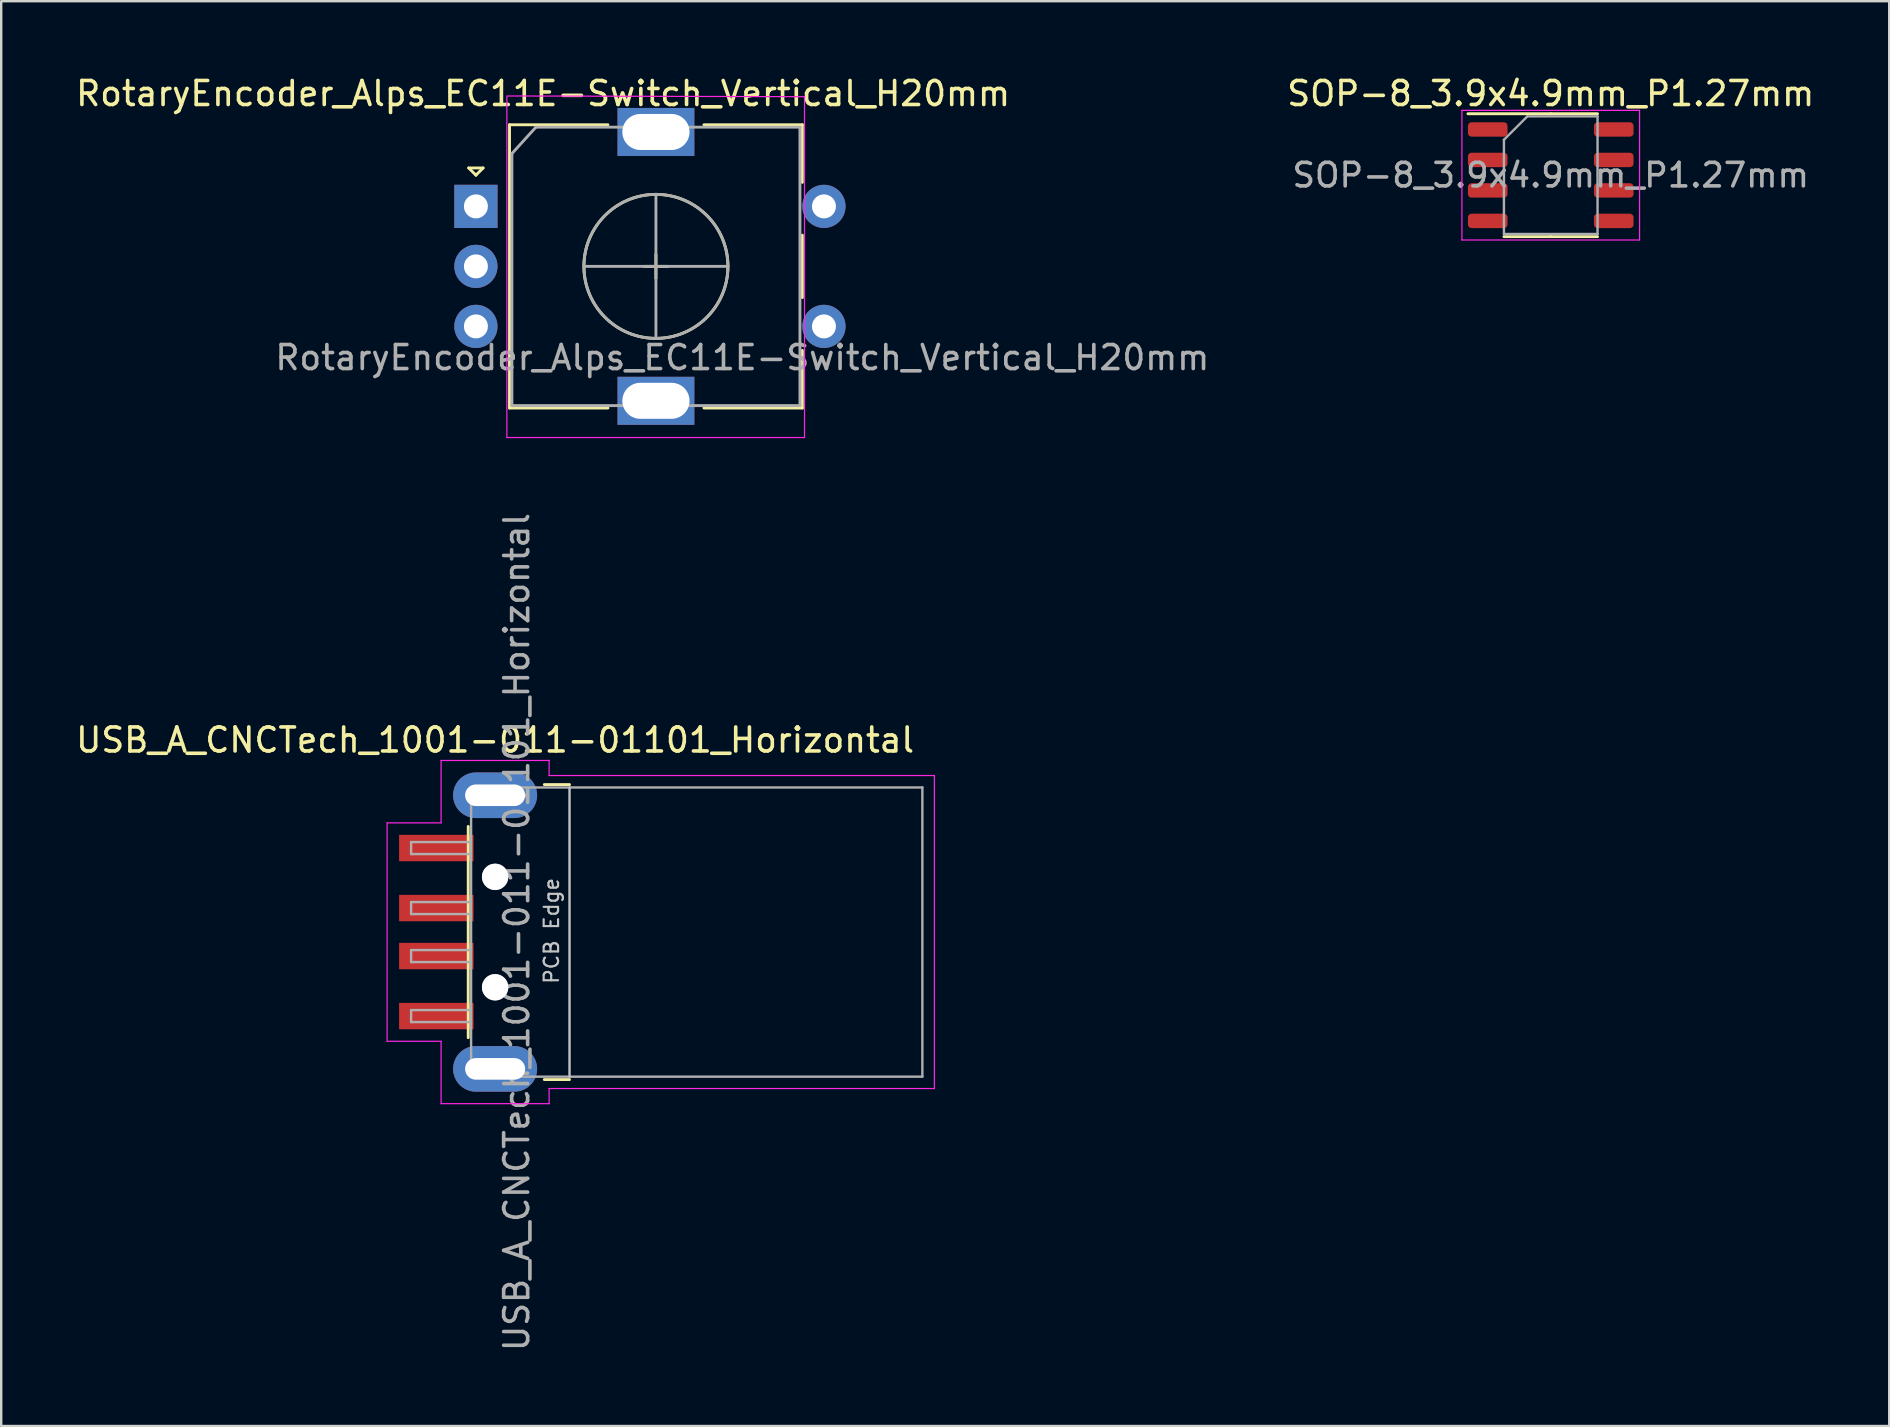
<source format=kicad_pcb>
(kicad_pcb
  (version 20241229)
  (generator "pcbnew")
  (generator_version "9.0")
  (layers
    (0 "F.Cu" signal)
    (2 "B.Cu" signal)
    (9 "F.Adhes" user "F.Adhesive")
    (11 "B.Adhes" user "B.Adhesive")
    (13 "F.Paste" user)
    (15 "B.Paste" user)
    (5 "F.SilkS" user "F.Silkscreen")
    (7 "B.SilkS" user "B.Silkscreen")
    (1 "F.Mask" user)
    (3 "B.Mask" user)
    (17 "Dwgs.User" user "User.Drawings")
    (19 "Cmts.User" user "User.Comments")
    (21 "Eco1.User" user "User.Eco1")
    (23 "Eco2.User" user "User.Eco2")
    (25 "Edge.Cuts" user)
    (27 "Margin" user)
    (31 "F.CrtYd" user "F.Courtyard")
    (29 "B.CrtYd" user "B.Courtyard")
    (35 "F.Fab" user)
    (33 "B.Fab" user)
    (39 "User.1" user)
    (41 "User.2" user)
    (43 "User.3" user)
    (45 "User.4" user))
  (footprint "USB_A_CNCTech_1001-011-01101_Horizontal"
    (layer "F.Cu")
    (at 24.477 35.781)
    (property "Reference" "USB_A_CNCTech_1001-011-01101_Horizontal" (at -6.9 -8 0) (layer "F.SilkS") (effects (font (size 1 1) (thickness 0.15))))
    (attr smd)
    (fp_line (start -8.02 -4.4) (end -8.02 4.4) (stroke (width 0.12) (type solid)) (layer "F.SilkS"))
    (fp_line (start -4.85 -6.145) (end -3.8 -6.145) (stroke (width 0.12) (type solid)) (layer "F.SilkS"))
    (fp_line (start -4.85 6.145) (end -3.8 6.145) (stroke (width 0.12) (type solid)) (layer "F.SilkS"))
    (fp_line (start -3.8 6.025) (end -3.8 -6.025) (stroke (width 0.1) (type solid)) (layer "Dwgs.User"))
    (fp_line (start -11.4 -4.55) (end -9.15 -4.55) (stroke (width 0.05) (type solid)) (layer "F.CrtYd"))
    (fp_line (start -11.4 4.55) (end -11.4 -4.55) (stroke (width 0.05) (type solid)) (layer "F.CrtYd"))
    (fp_line (start -11.4 4.55) (end -9.15 4.55) (stroke (width 0.05) (type solid)) (layer "F.CrtYd"))
    (fp_line (start -9.15 -7.15) (end -9.15 -4.55) (stroke (width 0.05) (type solid)) (layer "F.CrtYd"))
    (fp_line (start -9.15 -7.15) (end -4.65 -7.15) (stroke (width 0.05) (type solid)) (layer "F.CrtYd"))
    (fp_line (start -9.15 4.55) (end -9.15 7.15) (stroke (width 0.05) (type solid)) (layer "F.CrtYd"))
    (fp_line (start -9.15 7.15) (end -4.65 7.15) (stroke (width 0.05) (type solid)) (layer "F.CrtYd"))
    (fp_line (start -4.65 -6.52) (end -4.65 -7.15) (stroke (width 0.05) (type solid)) (layer "F.CrtYd"))
    (fp_line (start -4.65 -6.52) (end 11.4 -6.52) (stroke (width 0.05) (type solid)) (layer "F.CrtYd"))
    (fp_line (start -4.65 6.52) (end 11.4 6.52) (stroke (width 0.05) (type solid)) (layer "F.CrtYd"))
    (fp_line (start -4.65 7.15) (end -4.65 6.52) (stroke (width 0.05) (type solid)) (layer "F.CrtYd"))
    (fp_line (start 11.4 6.52) (end 11.4 -6.52) (stroke (width 0.05) (type solid)) (layer "F.CrtYd"))
    (fp_line (start -10.4 -3.75) (end -7.9 -3.75) (stroke (width 0.1) (type solid)) (layer "F.Fab"))
    (fp_line (start -10.4 -3.25) (end -10.4 -3.75) (stroke (width 0.1) (type solid)) (layer "F.Fab"))
    (fp_line (start -10.4 -3.25) (end -7.9 -3.25) (stroke (width 0.1) (type solid)) (layer "F.Fab"))
    (fp_line (start -10.4 -1.25) (end -7.9 -1.25) (stroke (width 0.1) (type solid)) (layer "F.Fab"))
    (fp_line (start -10.4 -0.75) (end -10.4 -1.25) (stroke (width 0.1) (type solid)) (layer "F.Fab"))
    (fp_line (start -10.4 -0.75) (end -7.9 -0.75) (stroke (width 0.1) (type solid)) (layer "F.Fab"))
    (fp_line (start -10.4 0.75) (end -7.9 0.75) (stroke (width 0.1) (type solid)) (layer "F.Fab"))
    (fp_line (start -10.4 1.25) (end -10.4 0.75) (stroke (width 0.1) (type solid)) (layer "F.Fab"))
    (fp_line (start -10.4 1.25) (end -7.9 1.25) (stroke (width 0.1) (type solid)) (layer "F.Fab"))
    (fp_line (start -10.4 3.25) (end -7.9 3.25) (stroke (width 0.1) (type solid)) (layer "F.Fab"))
    (fp_line (start -10.4 3.75) (end -10.4 3.25) (stroke (width 0.1) (type solid)) (layer "F.Fab"))
    (fp_line (start -10.4 3.75) (end -7.9 3.75) (stroke (width 0.1) (type solid)) (layer "F.Fab"))
    (fp_line (start -7.9 -6.025) (end 10.9 -6.025) (stroke (width 0.1) (type solid)) (layer "F.Fab"))
    (fp_line (start -7.9 6.025) (end -7.9 -6.025) (stroke (width 0.1) (type solid)) (layer "F.Fab"))
    (fp_line (start -7.9 6.025) (end 10.9 6.025) (stroke (width 0.1) (type solid)) (layer "F.Fab"))
    (fp_line (start 10.9 6.025) (end 10.9 -6.025) (stroke (width 0.1) (type solid)) (layer "F.Fab"))
    (fp_circle (center -6.9 -2.3) (end -6.9 -2.8) (stroke (width 0.1) (type solid)) (fill no) (layer "F.Fab"))
    (fp_circle (center -6.9 2.3) (end -6.9 2.8) (stroke (width 0.1) (type solid)) (fill no) (layer "F.Fab"))
    (fp_text user "PCB Edge" (at -4.55 -0.05 90) (layer "Dwgs.User") (effects (font (size 0.6 0.6) (thickness 0.09))))
    (fp_text user "${REFERENCE}" (at -6 0 90) (layer "F.Fab") (effects (font (size 1 1) (thickness 0.15))))
    (pad "" np_thru_hole circle (at -6.9 -2.3) (size 1.1 1.1) (drill 1.1) (layers "*.Cu" "*.Mask"))
    (pad "" np_thru_hole circle (at -6.9 2.3) (size 1.1 1.1) (drill 1.1) (layers "*.Cu" "*.Mask"))
    (pad "1" smd rect (at -9.35 -3.5) (size 3.1 1.1) (layers "F.Cu" "F.Mask" "F.Paste"))
    (pad "2" smd rect (at -9.35 -1) (size 3.1 1.1) (layers "F.Cu" "F.Mask" "F.Paste"))
    (pad "3" smd rect (at -9.35 1) (size 3.1 1.1) (layers "F.Cu" "F.Mask" "F.Paste"))
    (pad "4" smd rect (at -9.35 3.5) (size 3.1 1.1) (layers "F.Cu" "F.Mask" "F.Paste"))
    (pad "5" thru_hole oval (at -6.9 -5.7) (size 3.5 1.9) (drill oval 2.5 0.9) (layers "*.Cu" "*.Mask"))
    (pad "5" thru_hole oval (at -6.9 5.7) (size 3.5 1.9) (drill oval 2.5 0.9) (layers "*.Cu" "*.Mask")))
  (footprint "RotaryEncoder_Alps_EC11E-Switch_Vertical_H20mm"
    (layer "F.Cu")
    (at 24.267 8.078)
    (property "Reference" "RotaryEncoder_Alps_EC11E-Switch_Vertical_H20mm" (at -4.69 -7.23 0) (layer "F.SilkS") (effects (font (size 1 1) (thickness 0.15))))
    (attr through_hole)
    (fp_line (start -7.79 -4.13) (end -7.19 -4.13) (stroke (width 0.12) (type solid)) (layer "F.SilkS"))
    (fp_line (start -7.49 -3.83) (end -7.79 -4.13) (stroke (width 0.12) (type solid)) (layer "F.SilkS"))
    (fp_line (start -7.19 -4.13) (end -7.49 -3.83) (stroke (width 0.12) (type solid)) (layer "F.SilkS"))
    (fp_line (start -6.09 -5.93) (end -6.09 5.87) (stroke (width 0.12) (type solid)) (layer "F.SilkS"))
    (fp_line (start -1.99 -5.93) (end -6.09 -5.93) (stroke (width 0.12) (type solid)) (layer "F.SilkS"))
    (fp_line (start -1.99 5.87) (end -6.09 5.87) (stroke (width 0.12) (type solid)) (layer "F.SilkS"))
    (fp_line (start -0.49 -0.03) (end 0.51 -0.03) (stroke (width 0.12) (type solid)) (layer "F.SilkS"))
    (fp_line (start 0.01 -0.53) (end 0.01 0.47) (stroke (width 0.12) (type solid)) (layer "F.SilkS"))
    (fp_line (start 2.01 -5.93) (end 6.11 -5.93) (stroke (width 0.12) (type solid)) (layer "F.SilkS"))
    (fp_line (start 6.11 -5.93) (end 6.11 -3.53) (stroke (width 0.12) (type solid)) (layer "F.SilkS"))
    (fp_line (start 6.11 -1.33) (end 6.11 1.27) (stroke (width 0.12) (type solid)) (layer "F.SilkS"))
    (fp_line (start 6.11 3.47) (end 6.11 5.87) (stroke (width 0.12) (type solid)) (layer "F.SilkS"))
    (fp_line (start 6.11 5.87) (end 2.01 5.87) (stroke (width 0.12) (type solid)) (layer "F.SilkS"))
    (fp_circle (center 0.01 -0.03) (end 3.01 -0.03) (stroke (width 0.12) (type solid)) (fill no) (layer "F.SilkS"))
    (fp_line (start -6.2 -7.13) (end 6.2 -7.1) (stroke (width 0.05) (type solid)) (layer "F.CrtYd"))
    (fp_line (start -6.2 -7.1) (end -6.2 7.1) (stroke (width 0.05) (type solid)) (layer "F.CrtYd"))
    (fp_line (start 6.2 7.1) (end -6.2 7.1) (stroke (width 0.05) (type solid)) (layer "F.CrtYd"))
    (fp_line (start 6.2 7.1) (end 6.2 -7.1) (stroke (width 0.05) (type solid)) (layer "F.CrtYd"))
    (fp_line (start -5.99 -4.73) (end -4.99 -5.83) (stroke (width 0.12) (type solid)) (layer "F.Fab"))
    (fp_line (start -5.99 5.77) (end -5.99 -4.73) (stroke (width 0.12) (type solid)) (layer "F.Fab"))
    (fp_line (start -4.99 -5.83) (end 6.01 -5.83) (stroke (width 0.12) (type solid)) (layer "F.Fab"))
    (fp_line (start -2.99 -0.03) (end 3.01 -0.03) (stroke (width 0.12) (type solid)) (layer "F.Fab"))
    (fp_line (start 0.01 -3.03) (end 0.01 2.97) (stroke (width 0.12) (type solid)) (layer "F.Fab"))
    (fp_line (start 6.01 -5.83) (end 6.01 5.77) (stroke (width 0.12) (type solid)) (layer "F.Fab"))
    (fp_line (start 6.01 5.77) (end -5.99 5.77) (stroke (width 0.12) (type solid)) (layer "F.Fab"))
    (fp_circle (center 0.01 -0.03) (end 3.01 -0.03) (stroke (width 0.12) (type solid)) (fill no) (layer "F.Fab"))
    (fp_text user "${REFERENCE}" (at 3.61 3.77 0) (layer "F.Fab") (effects (font (size 1 1) (thickness 0.15))))
    (pad "A" thru_hole rect (at -7.49 -2.53) (size 1.8 1.8) (drill 1) (layers "*.Cu" "*.Mask"))
    (pad "B" thru_hole circle (at -7.49 2.47) (size 1.8 1.8) (drill 1) (layers "*.Cu" "*.Mask"))
    (pad "C" thru_hole circle (at -7.49 -0.03) (size 1.8 1.8) (drill 1) (layers "*.Cu" "*.Mask"))
    (pad "MP" thru_hole rect (at 0.01 -5.63) (size 3.2 2) (drill oval 2.8 1.5) (layers "*.Cu" "*.Mask"))
    (pad "MP" thru_hole rect (at 0.01 5.57) (size 3.2 2) (drill oval 2.8 1.5) (layers "*.Cu" "*.Mask"))
    (pad "S1" thru_hole circle (at 7.01 2.47) (size 1.8 1.8) (drill 1) (layers "*.Cu" "*.Mask"))
    (pad "S2" thru_hole circle (at 7.01 -2.53) (size 1.8 1.8) (drill 1) (layers "*.Cu" "*.Mask")))
  (footprint "SOP-8_3.9x4.9mm_P1.27mm"
    (layer "F.Cu")
    (at 61.556 4.248)
    (property "Reference" "SOP-8_3.9x4.9mm_P1.27mm" (at 0 -3.4 0) (layer "F.SilkS") (effects (font (size 1 1) (thickness 0.15))))
    (attr smd)
    (fp_line (start 0 -2.56) (end -3.45 -2.56) (stroke (width 0.12) (type solid)) (layer "F.SilkS"))
    (fp_line (start 0 -2.56) (end 1.95 -2.56) (stroke (width 0.12) (type solid)) (layer "F.SilkS"))
    (fp_line (start 0 2.56) (end -1.95 2.56) (stroke (width 0.12) (type solid)) (layer "F.SilkS"))
    (fp_line (start 0 2.56) (end 1.95 2.56) (stroke (width 0.12) (type solid)) (layer "F.SilkS"))
    (fp_line (start -3.7 -2.7) (end -3.7 2.7) (stroke (width 0.05) (type solid)) (layer "F.CrtYd"))
    (fp_line (start -3.7 2.7) (end 3.7 2.7) (stroke (width 0.05) (type solid)) (layer "F.CrtYd"))
    (fp_line (start 3.7 -2.7) (end -3.7 -2.7) (stroke (width 0.05) (type solid)) (layer "F.CrtYd"))
    (fp_line (start 3.7 2.7) (end 3.7 -2.7) (stroke (width 0.05) (type solid)) (layer "F.CrtYd"))
    (fp_line (start -1.95 -1.475) (end -0.975 -2.45) (stroke (width 0.1) (type solid)) (layer "F.Fab"))
    (fp_line (start -1.95 2.45) (end -1.95 -1.475) (stroke (width 0.1) (type solid)) (layer "F.Fab"))
    (fp_line (start -0.975 -2.45) (end 1.95 -2.45) (stroke (width 0.1) (type solid)) (layer "F.Fab"))
    (fp_line (start 1.95 -2.45) (end 1.95 2.45) (stroke (width 0.1) (type solid)) (layer "F.Fab"))
    (fp_line (start 1.95 2.45) (end -1.95 2.45) (stroke (width 0.1) (type solid)) (layer "F.Fab"))
    (fp_text user "${REFERENCE}" (at 0 0 0) (layer "F.Fab") (effects (font (size 0.98 0.98) (thickness 0.15))))
    (pad "1" smd roundrect (at -2.625 -1.905) (size 1.65 0.6) (layers "F.Cu" "F.Mask" "F.Paste") (roundrect_rratio 0.25))
    (pad "2" smd roundrect (at -2.625 -0.635) (size 1.65 0.6) (layers "F.Cu" "F.Mask" "F.Paste") (roundrect_rratio 0.25))
    (pad "3" smd roundrect (at -2.625 0.635) (size 1.65 0.6) (layers "F.Cu" "F.Mask" "F.Paste") (roundrect_rratio 0.25))
    (pad "4" smd roundrect (at -2.625 1.905) (size 1.65 0.6) (layers "F.Cu" "F.Mask" "F.Paste") (roundrect_rratio 0.25))
    (pad "5" smd roundrect (at 2.625 1.905) (size 1.65 0.6) (layers "F.Cu" "F.Mask" "F.Paste") (roundrect_rratio 0.25))
    (pad "6" smd roundrect (at 2.625 0.635) (size 1.65 0.6) (layers "F.Cu" "F.Mask" "F.Paste") (roundrect_rratio 0.25))
    (pad "7" smd roundrect (at 2.625 -0.635) (size 1.65 0.6) (layers "F.Cu" "F.Mask" "F.Paste") (roundrect_rratio 0.25))
    (pad "8" smd roundrect (at 2.625 -1.905) (size 1.65 0.6) (layers "F.Cu" "F.Mask" "F.Paste") (roundrect_rratio 0.25)))
  (gr_rect
    (start -3 -3)
    (end 75.657 56.358)
    (stroke (width 0.1) (type default))
    (fill no)
    (layer "Edge.Cuts")))
</source>
